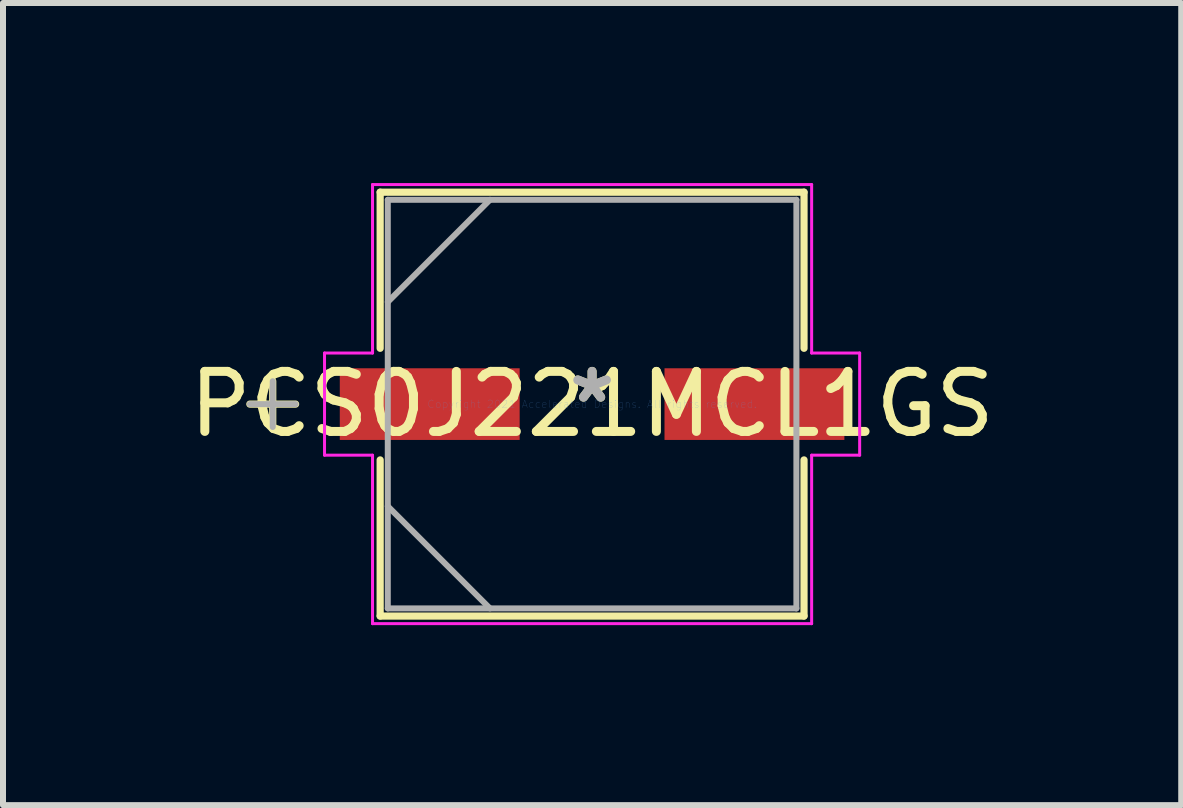
<source format=kicad_pcb>
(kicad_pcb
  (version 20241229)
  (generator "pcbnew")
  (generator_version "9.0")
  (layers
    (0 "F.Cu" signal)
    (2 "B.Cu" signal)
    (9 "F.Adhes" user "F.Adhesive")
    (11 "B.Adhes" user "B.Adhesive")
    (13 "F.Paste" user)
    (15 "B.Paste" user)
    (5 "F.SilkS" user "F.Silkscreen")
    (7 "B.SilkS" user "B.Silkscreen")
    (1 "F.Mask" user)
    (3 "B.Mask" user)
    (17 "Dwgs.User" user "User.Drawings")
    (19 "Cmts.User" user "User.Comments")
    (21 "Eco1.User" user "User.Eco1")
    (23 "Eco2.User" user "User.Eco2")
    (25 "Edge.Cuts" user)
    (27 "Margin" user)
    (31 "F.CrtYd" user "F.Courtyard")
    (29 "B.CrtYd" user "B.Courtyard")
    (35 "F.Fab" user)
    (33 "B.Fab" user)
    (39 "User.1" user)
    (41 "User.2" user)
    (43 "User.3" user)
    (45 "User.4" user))
  (footprint "PCS0J221MCL1GS"
    (layer "F.Cu")
    (at 6.815 3.683)
    (property "Reference" "PCS0J221MCL1GS" (at 0 0 0) (layer "F.SilkS") (effects (font (size 1 1) (thickness 0.15))))
    (attr through_hole)
    (fp_line (start -5.321 -0.381) (end -5.321 0.381) (stroke (width 0.12) (type solid)) (layer "F.SilkS"))
    (fp_line (start -4.94 0) (end -5.702 0) (stroke (width 0.12) (type solid)) (layer "F.SilkS"))
    (fp_line (start -3.531 -3.531) (end -3.531 -0.93) (stroke (width 0.12) (type solid)) (layer "F.SilkS"))
    (fp_line (start -3.531 0.93) (end -3.531 3.531) (stroke (width 0.12) (type solid)) (layer "F.SilkS"))
    (fp_line (start -3.531 3.531) (end 3.531 3.531) (stroke (width 0.12) (type solid)) (layer "F.SilkS"))
    (fp_line (start 3.531 -3.531) (end -3.531 -3.531) (stroke (width 0.12) (type solid)) (layer "F.SilkS"))
    (fp_line (start 3.531 -0.93) (end 3.531 -3.531) (stroke (width 0.12) (type solid)) (layer "F.SilkS"))
    (fp_line (start 3.531 3.531) (end 3.531 0.93) (stroke (width 0.12) (type solid)) (layer "F.SilkS"))
    (fp_line (start -4.458 -0.851) (end -3.658 -0.851) (stroke (width 0.05) (type solid)) (layer "F.CrtYd"))
    (fp_line (start -4.458 0.851) (end -4.458 -0.851) (stroke (width 0.05) (type solid)) (layer "F.CrtYd"))
    (fp_line (start -3.658 -3.658) (end 3.658 -3.658) (stroke (width 0.05) (type solid)) (layer "F.CrtYd"))
    (fp_line (start -3.658 -0.851) (end -3.658 -3.658) (stroke (width 0.05) (type solid)) (layer "F.CrtYd"))
    (fp_line (start -3.658 0.851) (end -4.458 0.851) (stroke (width 0.05) (type solid)) (layer "F.CrtYd"))
    (fp_line (start -3.658 3.658) (end -3.658 0.851) (stroke (width 0.05) (type solid)) (layer "F.CrtYd"))
    (fp_line (start 3.658 -3.658) (end 3.658 -0.851) (stroke (width 0.05) (type solid)) (layer "F.CrtYd"))
    (fp_line (start 3.658 -0.851) (end 4.458 -0.851) (stroke (width 0.05) (type solid)) (layer "F.CrtYd"))
    (fp_line (start 3.658 0.851) (end 3.658 3.658) (stroke (width 0.05) (type solid)) (layer "F.CrtYd"))
    (fp_line (start 3.658 3.658) (end -3.658 3.658) (stroke (width 0.05) (type solid)) (layer "F.CrtYd"))
    (fp_line (start 4.458 -0.851) (end 4.458 0.851) (stroke (width 0.05) (type solid)) (layer "F.CrtYd"))
    (fp_line (start 4.458 0.851) (end 3.658 0.851) (stroke (width 0.05) (type solid)) (layer "F.CrtYd"))
    (fp_line (start -5.321 -0.381) (end -5.321 0.381) (stroke (width 0.1) (type solid)) (layer "F.Fab"))
    (fp_line (start -4.94 0) (end -5.702 0) (stroke (width 0.1) (type solid)) (layer "F.Fab"))
    (fp_line (start -3.404 -3.404) (end -3.404 3.404) (stroke (width 0.1) (type solid)) (layer "F.Fab"))
    (fp_line (start -3.404 -1.702) (end -1.702 -3.404) (stroke (width 0.1) (type solid)) (layer "F.Fab"))
    (fp_line (start -3.404 1.702) (end -1.702 3.404) (stroke (width 0.1) (type solid)) (layer "F.Fab"))
    (fp_line (start -3.404 3.404) (end 3.404 3.404) (stroke (width 0.1) (type solid)) (layer "F.Fab"))
    (fp_line (start 3.404 -3.404) (end -3.404 -3.404) (stroke (width 0.1) (type solid)) (layer "F.Fab"))
    (fp_line (start 3.404 3.404) (end 3.404 -3.404) (stroke (width 0.1) (type solid)) (layer "F.Fab"))
    (fp_text user "*" (at 0 0 0) (layer "F.SilkS") (effects (font (size 1 1) (thickness 0.15))))
    (fp_text user "Copyright 2021 Accelerated Designs. All rights reserved." (at 0 0 0) (layer "Cmts.User") (effects (font (size 0.127 0.127) (thickness 0.002))))
    (fp_text user "*" (at 0 0 0) (layer "F.Fab") (effects (font (size 1 1) (thickness 0.15))))
    (pad "1" smd rect (at -2.705 0) (size 2.997 1.194) (layers "F.Cu" "F.Mask" "F.Paste"))
    (pad "2" smd rect (at 2.705 0) (size 2.997 1.194) (layers "F.Cu" "F.Mask" "F.Paste")))
  (gr_rect
    (start -3 -3)
    (end 16.631 10.365)
    (stroke (width 0.1) (type default))
    (fill no)
    (layer "Edge.Cuts")))
</source>
